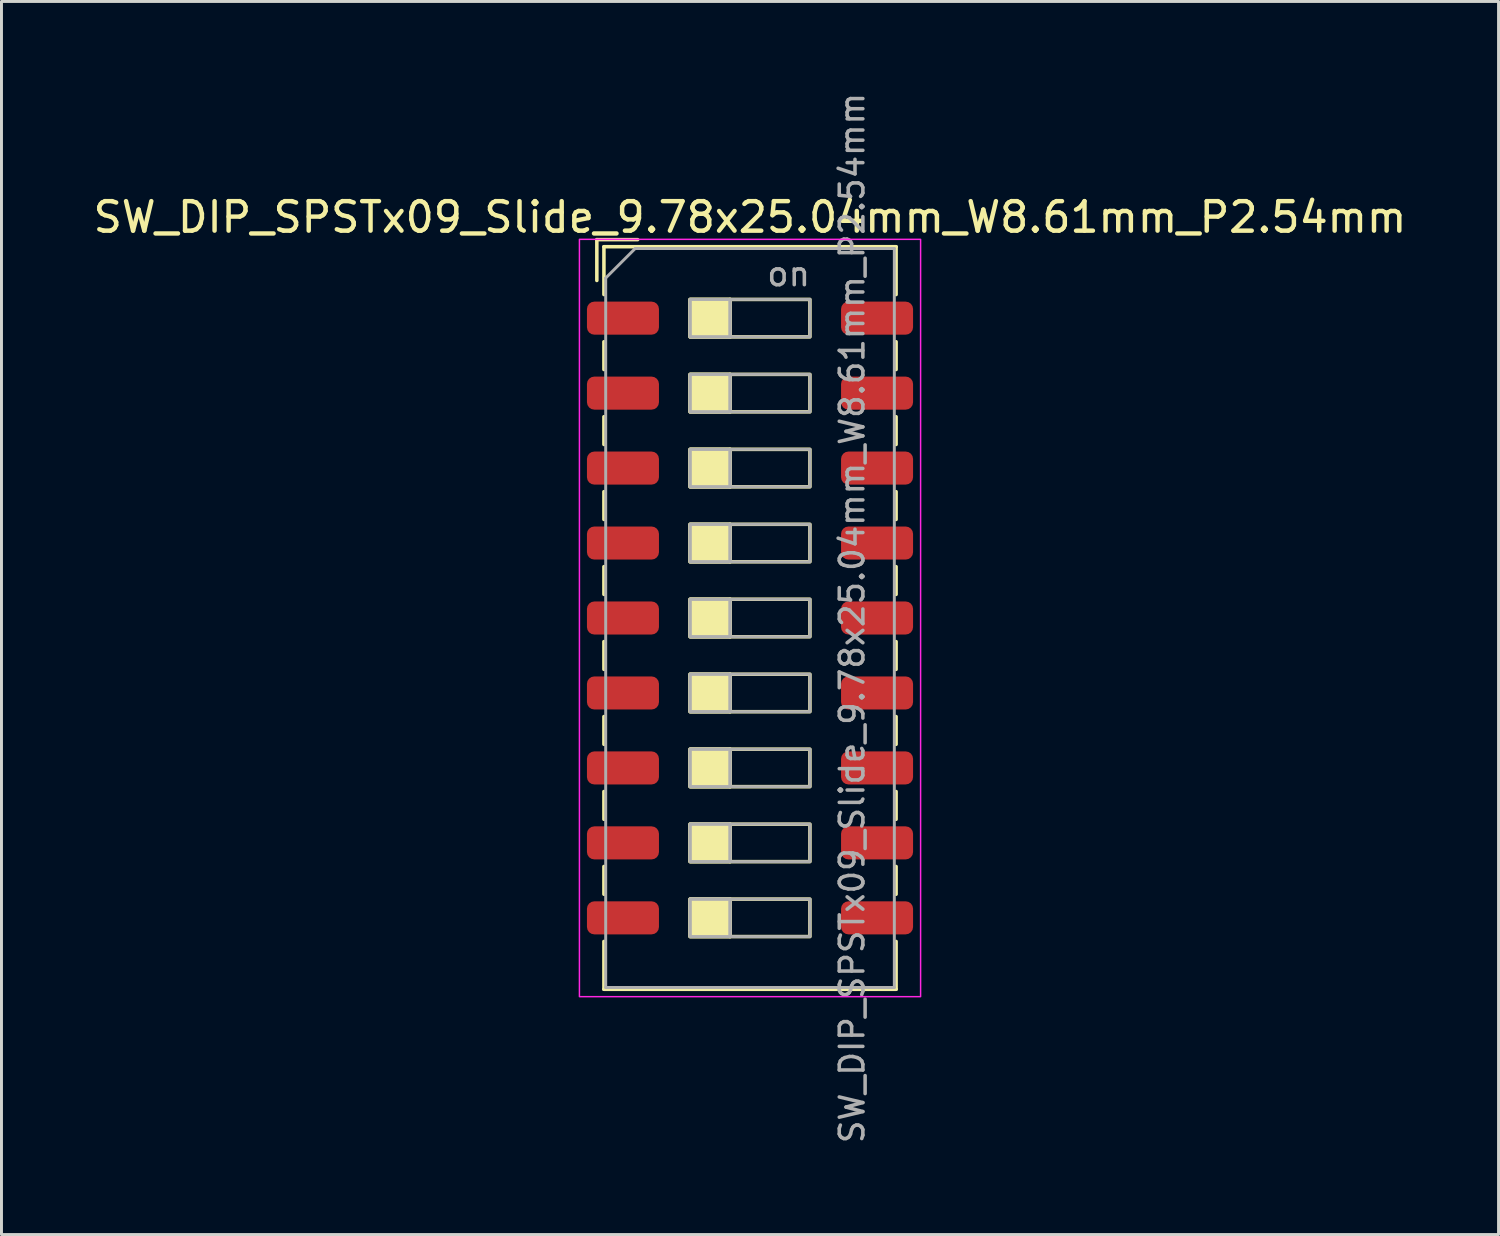
<source format=kicad_pcb>
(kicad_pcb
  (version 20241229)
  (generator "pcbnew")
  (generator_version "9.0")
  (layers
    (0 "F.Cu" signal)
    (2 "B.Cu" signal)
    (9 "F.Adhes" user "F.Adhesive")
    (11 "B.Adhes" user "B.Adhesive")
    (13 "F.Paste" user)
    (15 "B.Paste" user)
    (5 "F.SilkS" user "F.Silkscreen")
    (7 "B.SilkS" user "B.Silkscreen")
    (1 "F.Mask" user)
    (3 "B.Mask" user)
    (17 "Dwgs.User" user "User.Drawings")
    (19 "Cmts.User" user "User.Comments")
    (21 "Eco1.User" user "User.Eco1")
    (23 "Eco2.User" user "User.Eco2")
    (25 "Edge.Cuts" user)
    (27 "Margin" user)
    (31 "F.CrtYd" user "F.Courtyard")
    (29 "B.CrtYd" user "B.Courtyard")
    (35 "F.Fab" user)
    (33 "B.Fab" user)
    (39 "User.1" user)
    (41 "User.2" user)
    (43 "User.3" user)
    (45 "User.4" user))
  (footprint "SW_DIP_SPSTx09_Slide_9.78x25.04mm_W8.61mm_P2.54mm"
    (layer "F.Cu")
    (at 22.363 17.89)
    (property "Reference" "SW_DIP_SPSTx09_Slide_9.78x25.04mm_W8.61mm_P2.54mm" (at 0 -13.58 0) (layer "F.SilkS") (effects (font (size 1 1) (thickness 0.15))))
    (attr smd)
    (fp_line (start -5.19 -12.82) (end -5.19 -11.437) (stroke (width 0.12) (type solid)) (layer "F.SilkS"))
    (fp_line (start -5.19 -12.82) (end -3.807 -12.82) (stroke (width 0.12) (type solid)) (layer "F.SilkS"))
    (fp_line (start -4.95 -12.58) (end -4.95 -10.96) (stroke (width 0.12) (type solid)) (layer "F.SilkS"))
    (fp_line (start -4.95 -12.58) (end 4.95 -12.58) (stroke (width 0.12) (type solid)) (layer "F.SilkS"))
    (fp_line (start -4.95 -9.36) (end -4.95 -8.42) (stroke (width 0.12) (type solid)) (layer "F.SilkS"))
    (fp_line (start -4.95 -6.82) (end -4.95 -5.88) (stroke (width 0.12) (type solid)) (layer "F.SilkS"))
    (fp_line (start -4.95 -4.28) (end -4.95 -3.34) (stroke (width 0.12) (type solid)) (layer "F.SilkS"))
    (fp_line (start -4.95 -1.74) (end -4.95 -0.8) (stroke (width 0.12) (type solid)) (layer "F.SilkS"))
    (fp_line (start -4.95 0.8) (end -4.95 1.74) (stroke (width 0.12) (type solid)) (layer "F.SilkS"))
    (fp_line (start -4.95 3.34) (end -4.95 4.28) (stroke (width 0.12) (type solid)) (layer "F.SilkS"))
    (fp_line (start -4.95 5.88) (end -4.95 6.82) (stroke (width 0.12) (type solid)) (layer "F.SilkS"))
    (fp_line (start -4.95 8.42) (end -4.95 9.36) (stroke (width 0.12) (type solid)) (layer "F.SilkS"))
    (fp_line (start -4.95 10.96) (end -4.95 12.58) (stroke (width 0.12) (type solid)) (layer "F.SilkS"))
    (fp_line (start -4.95 12.58) (end 4.95 12.58) (stroke (width 0.12) (type solid)) (layer "F.SilkS"))
    (fp_line (start -0.677 -10.795) (end -0.677 -9.525) (stroke (width 0.12) (type solid)) (layer "F.SilkS"))
    (fp_line (start -0.677 -8.255) (end -0.677 -6.985) (stroke (width 0.12) (type solid)) (layer "F.SilkS"))
    (fp_line (start -0.677 -5.715) (end -0.677 -4.445) (stroke (width 0.12) (type solid)) (layer "F.SilkS"))
    (fp_line (start -0.677 -3.175) (end -0.677 -1.905) (stroke (width 0.12) (type solid)) (layer "F.SilkS"))
    (fp_line (start -0.677 -0.635) (end -0.677 0.635) (stroke (width 0.12) (type solid)) (layer "F.SilkS"))
    (fp_line (start -0.677 1.905) (end -0.677 3.175) (stroke (width 0.12) (type solid)) (layer "F.SilkS"))
    (fp_line (start -0.677 4.445) (end -0.677 5.715) (stroke (width 0.12) (type solid)) (layer "F.SilkS"))
    (fp_line (start -0.677 6.985) (end -0.677 8.255) (stroke (width 0.12) (type solid)) (layer "F.SilkS"))
    (fp_line (start -0.677 9.525) (end -0.677 10.795) (stroke (width 0.12) (type solid)) (layer "F.SilkS"))
    (fp_line (start 4.95 -12.58) (end 4.95 -10.96) (stroke (width 0.12) (type solid)) (layer "F.SilkS"))
    (fp_line (start 4.95 -9.36) (end 4.95 -8.42) (stroke (width 0.12) (type solid)) (layer "F.SilkS"))
    (fp_line (start 4.95 -6.82) (end 4.95 -5.88) (stroke (width 0.12) (type solid)) (layer "F.SilkS"))
    (fp_line (start 4.95 -4.28) (end 4.95 -3.34) (stroke (width 0.12) (type solid)) (layer "F.SilkS"))
    (fp_line (start 4.95 -1.74) (end 4.95 -0.8) (stroke (width 0.12) (type solid)) (layer "F.SilkS"))
    (fp_line (start 4.95 0.8) (end 4.95 1.74) (stroke (width 0.12) (type solid)) (layer "F.SilkS"))
    (fp_line (start 4.95 3.34) (end 4.95 4.28) (stroke (width 0.12) (type solid)) (layer "F.SilkS"))
    (fp_line (start 4.95 5.88) (end 4.95 6.82) (stroke (width 0.12) (type solid)) (layer "F.SilkS"))
    (fp_line (start 4.95 8.42) (end 4.95 9.36) (stroke (width 0.12) (type solid)) (layer "F.SilkS"))
    (fp_line (start 4.95 10.96) (end 4.95 12.58) (stroke (width 0.12) (type solid)) (layer "F.SilkS"))
    (fp_rect (start -2.03 -10.795) (end -0.677 -9.525) (stroke (width 0.12) (type solid)) (fill yes) (layer "F.SilkS"))
    (fp_rect (start -2.03 -10.795) (end 2.03 -9.525) (stroke (width 0.12) (type solid)) (fill no) (layer "F.SilkS"))
    (fp_rect (start -2.03 -8.255) (end -0.677 -6.985) (stroke (width 0.12) (type solid)) (fill yes) (layer "F.SilkS"))
    (fp_rect (start -2.03 -8.255) (end 2.03 -6.985) (stroke (width 0.12) (type solid)) (fill no) (layer "F.SilkS"))
    (fp_rect (start -2.03 -5.715) (end -0.677 -4.445) (stroke (width 0.12) (type solid)) (fill yes) (layer "F.SilkS"))
    (fp_rect (start -2.03 -5.715) (end 2.03 -4.445) (stroke (width 0.12) (type solid)) (fill no) (layer "F.SilkS"))
    (fp_rect (start -2.03 -3.175) (end -0.677 -1.905) (stroke (width 0.12) (type solid)) (fill yes) (layer "F.SilkS"))
    (fp_rect (start -2.03 -3.175) (end 2.03 -1.905) (stroke (width 0.12) (type solid)) (fill no) (layer "F.SilkS"))
    (fp_rect (start -2.03 -0.635) (end -0.677 0.635) (stroke (width 0.12) (type solid)) (fill yes) (layer "F.SilkS"))
    (fp_rect (start -2.03 -0.635) (end 2.03 0.635) (stroke (width 0.12) (type solid)) (fill no) (layer "F.SilkS"))
    (fp_rect (start -2.03 1.905) (end -0.677 3.175) (stroke (width 0.12) (type solid)) (fill yes) (layer "F.SilkS"))
    (fp_rect (start -2.03 1.905) (end 2.03 3.175) (stroke (width 0.12) (type solid)) (fill no) (layer "F.SilkS"))
    (fp_rect (start -2.03 4.445) (end -0.677 5.715) (stroke (width 0.12) (type solid)) (fill yes) (layer "F.SilkS"))
    (fp_rect (start -2.03 4.445) (end 2.03 5.715) (stroke (width 0.12) (type solid)) (fill no) (layer "F.SilkS"))
    (fp_rect (start -2.03 6.985) (end -0.677 8.255) (stroke (width 0.12) (type solid)) (fill yes) (layer "F.SilkS"))
    (fp_rect (start -2.03 6.985) (end 2.03 8.255) (stroke (width 0.12) (type solid)) (fill no) (layer "F.SilkS"))
    (fp_rect (start -2.03 9.525) (end -0.677 10.795) (stroke (width 0.12) (type solid)) (fill yes) (layer "F.SilkS"))
    (fp_rect (start -2.03 9.525) (end 2.03 10.795) (stroke (width 0.12) (type solid)) (fill no) (layer "F.SilkS"))
    (fp_rect (start -5.78 -12.83) (end 5.78 12.83) (stroke (width 0.05) (type solid)) (fill no) (layer "F.CrtYd"))
    (fp_line (start -4.89 -11.52) (end -3.89 -12.52) (stroke (width 0.1) (type solid)) (layer "F.Fab"))
    (fp_line (start -4.89 12.52) (end -4.89 -11.52) (stroke (width 0.1) (type solid)) (layer "F.Fab"))
    (fp_line (start -3.89 -12.52) (end 4.89 -12.52) (stroke (width 0.1) (type solid)) (layer "F.Fab"))
    (fp_line (start -0.677 -10.795) (end -0.677 -9.525) (stroke (width 0.1) (type solid)) (layer "F.Fab"))
    (fp_line (start -0.677 -8.255) (end -0.677 -6.985) (stroke (width 0.1) (type solid)) (layer "F.Fab"))
    (fp_line (start -0.677 -5.715) (end -0.677 -4.445) (stroke (width 0.1) (type solid)) (layer "F.Fab"))
    (fp_line (start -0.677 -3.175) (end -0.677 -1.905) (stroke (width 0.1) (type solid)) (layer "F.Fab"))
    (fp_line (start -0.677 -0.635) (end -0.677 0.635) (stroke (width 0.1) (type solid)) (layer "F.Fab"))
    (fp_line (start -0.677 1.905) (end -0.677 3.175) (stroke (width 0.1) (type solid)) (layer "F.Fab"))
    (fp_line (start -0.677 4.445) (end -0.677 5.715) (stroke (width 0.1) (type solid)) (layer "F.Fab"))
    (fp_line (start -0.677 6.985) (end -0.677 8.255) (stroke (width 0.1) (type solid)) (layer "F.Fab"))
    (fp_line (start -0.677 9.525) (end -0.677 10.795) (stroke (width 0.1) (type solid)) (layer "F.Fab"))
    (fp_line (start 4.89 -12.52) (end 4.89 12.52) (stroke (width 0.1) (type solid)) (layer "F.Fab"))
    (fp_line (start 4.89 12.52) (end -4.89 12.52) (stroke (width 0.1) (type solid)) (layer "F.Fab"))
    (fp_rect (start -2.03 -10.795) (end -0.677 -9.525) (stroke (width 0.1) (type solid)) (fill no) (layer "F.Fab"))
    (fp_rect (start -2.03 -10.795) (end 2.03 -9.525) (stroke (width 0.1) (type solid)) (fill no) (layer "F.Fab"))
    (fp_rect (start -2.03 -8.255) (end -0.677 -6.985) (stroke (width 0.1) (type solid)) (fill no) (layer "F.Fab"))
    (fp_rect (start -2.03 -8.255) (end 2.03 -6.985) (stroke (width 0.1) (type solid)) (fill no) (layer "F.Fab"))
    (fp_rect (start -2.03 -5.715) (end -0.677 -4.445) (stroke (width 0.1) (type solid)) (fill no) (layer "F.Fab"))
    (fp_rect (start -2.03 -5.715) (end 2.03 -4.445) (stroke (width 0.1) (type solid)) (fill no) (layer "F.Fab"))
    (fp_rect (start -2.03 -3.175) (end -0.677 -1.905) (stroke (width 0.1) (type solid)) (fill no) (layer "F.Fab"))
    (fp_rect (start -2.03 -3.175) (end 2.03 -1.905) (stroke (width 0.1) (type solid)) (fill no) (layer "F.Fab"))
    (fp_rect (start -2.03 -0.635) (end -0.677 0.635) (stroke (width 0.1) (type solid)) (fill no) (layer "F.Fab"))
    (fp_rect (start -2.03 -0.635) (end 2.03 0.635) (stroke (width 0.1) (type solid)) (fill no) (layer "F.Fab"))
    (fp_rect (start -2.03 1.905) (end -0.677 3.175) (stroke (width 0.1) (type solid)) (fill no) (layer "F.Fab"))
    (fp_rect (start -2.03 1.905) (end 2.03 3.175) (stroke (width 0.1) (type solid)) (fill no) (layer "F.Fab"))
    (fp_rect (start -2.03 4.445) (end -0.677 5.715) (stroke (width 0.1) (type solid)) (fill no) (layer "F.Fab"))
    (fp_rect (start -2.03 4.445) (end 2.03 5.715) (stroke (width 0.1) (type solid)) (fill no) (layer "F.Fab"))
    (fp_rect (start -2.03 6.985) (end -0.677 8.255) (stroke (width 0.1) (type solid)) (fill no) (layer "F.Fab"))
    (fp_rect (start -2.03 6.985) (end 2.03 8.255) (stroke (width 0.1) (type solid)) (fill no) (layer "F.Fab"))
    (fp_rect (start -2.03 9.525) (end -0.677 10.795) (stroke (width 0.1) (type solid)) (fill no) (layer "F.Fab"))
    (fp_rect (start -2.03 9.525) (end 2.03 10.795) (stroke (width 0.1) (type solid)) (fill no) (layer "F.Fab"))
    (fp_text user "${REFERENCE}" (at 3.46 0 90) (layer "F.Fab") (effects (font (size 0.8 0.8) (thickness 0.12))))
    (fp_text user "on" (at 1.308 -11.658 0) (layer "F.Fab") (effects (font (size 0.8 0.8) (thickness 0.12))))
    (pad "1" smd roundrect (at -4.305 -10.16) (size 2.44 1.12) (layers "F.Cu" "F.Mask" "F.Paste") (roundrect_rratio 0.223))
    (pad "2" smd roundrect (at -4.305 -7.62) (size 2.44 1.12) (layers "F.Cu" "F.Mask" "F.Paste") (roundrect_rratio 0.223))
    (pad "3" smd roundrect (at -4.305 -5.08) (size 2.44 1.12) (layers "F.Cu" "F.Mask" "F.Paste") (roundrect_rratio 0.223))
    (pad "4" smd roundrect (at -4.305 -2.54) (size 2.44 1.12) (layers "F.Cu" "F.Mask" "F.Paste") (roundrect_rratio 0.223))
    (pad "5" smd roundrect (at -4.305 0) (size 2.44 1.12) (layers "F.Cu" "F.Mask" "F.Paste") (roundrect_rratio 0.223))
    (pad "6" smd roundrect (at -4.305 2.54) (size 2.44 1.12) (layers "F.Cu" "F.Mask" "F.Paste") (roundrect_rratio 0.223))
    (pad "7" smd roundrect (at -4.305 5.08) (size 2.44 1.12) (layers "F.Cu" "F.Mask" "F.Paste") (roundrect_rratio 0.223))
    (pad "8" smd roundrect (at -4.305 7.62) (size 2.44 1.12) (layers "F.Cu" "F.Mask" "F.Paste") (roundrect_rratio 0.223))
    (pad "9" smd roundrect (at -4.305 10.16) (size 2.44 1.12) (layers "F.Cu" "F.Mask" "F.Paste") (roundrect_rratio 0.223))
    (pad "10" smd roundrect (at 4.305 10.16) (size 2.44 1.12) (layers "F.Cu" "F.Mask" "F.Paste") (roundrect_rratio 0.223))
    (pad "11" smd roundrect (at 4.305 7.62) (size 2.44 1.12) (layers "F.Cu" "F.Mask" "F.Paste") (roundrect_rratio 0.223))
    (pad "12" smd roundrect (at 4.305 5.08) (size 2.44 1.12) (layers "F.Cu" "F.Mask" "F.Paste") (roundrect_rratio 0.223))
    (pad "13" smd roundrect (at 4.305 2.54) (size 2.44 1.12) (layers "F.Cu" "F.Mask" "F.Paste") (roundrect_rratio 0.223))
    (pad "14" smd roundrect (at 4.305 0) (size 2.44 1.12) (layers "F.Cu" "F.Mask" "F.Paste") (roundrect_rratio 0.223))
    (pad "15" smd roundrect (at 4.305 -2.54) (size 2.44 1.12) (layers "F.Cu" "F.Mask" "F.Paste") (roundrect_rratio 0.223))
    (pad "16" smd roundrect (at 4.305 -5.08) (size 2.44 1.12) (layers "F.Cu" "F.Mask" "F.Paste") (roundrect_rratio 0.223))
    (pad "17" smd roundrect (at 4.305 -7.62) (size 2.44 1.12) (layers "F.Cu" "F.Mask" "F.Paste") (roundrect_rratio 0.223))
    (pad "18" smd roundrect (at 4.305 -10.16) (size 2.44 1.12) (layers "F.Cu" "F.Mask" "F.Paste") (roundrect_rratio 0.223)))
  (gr_rect
    (start -3 -3)
    (end 47.726 38.781)
    (stroke (width 0.1) (type default))
    (fill no)
    (layer "Edge.Cuts")))
</source>
